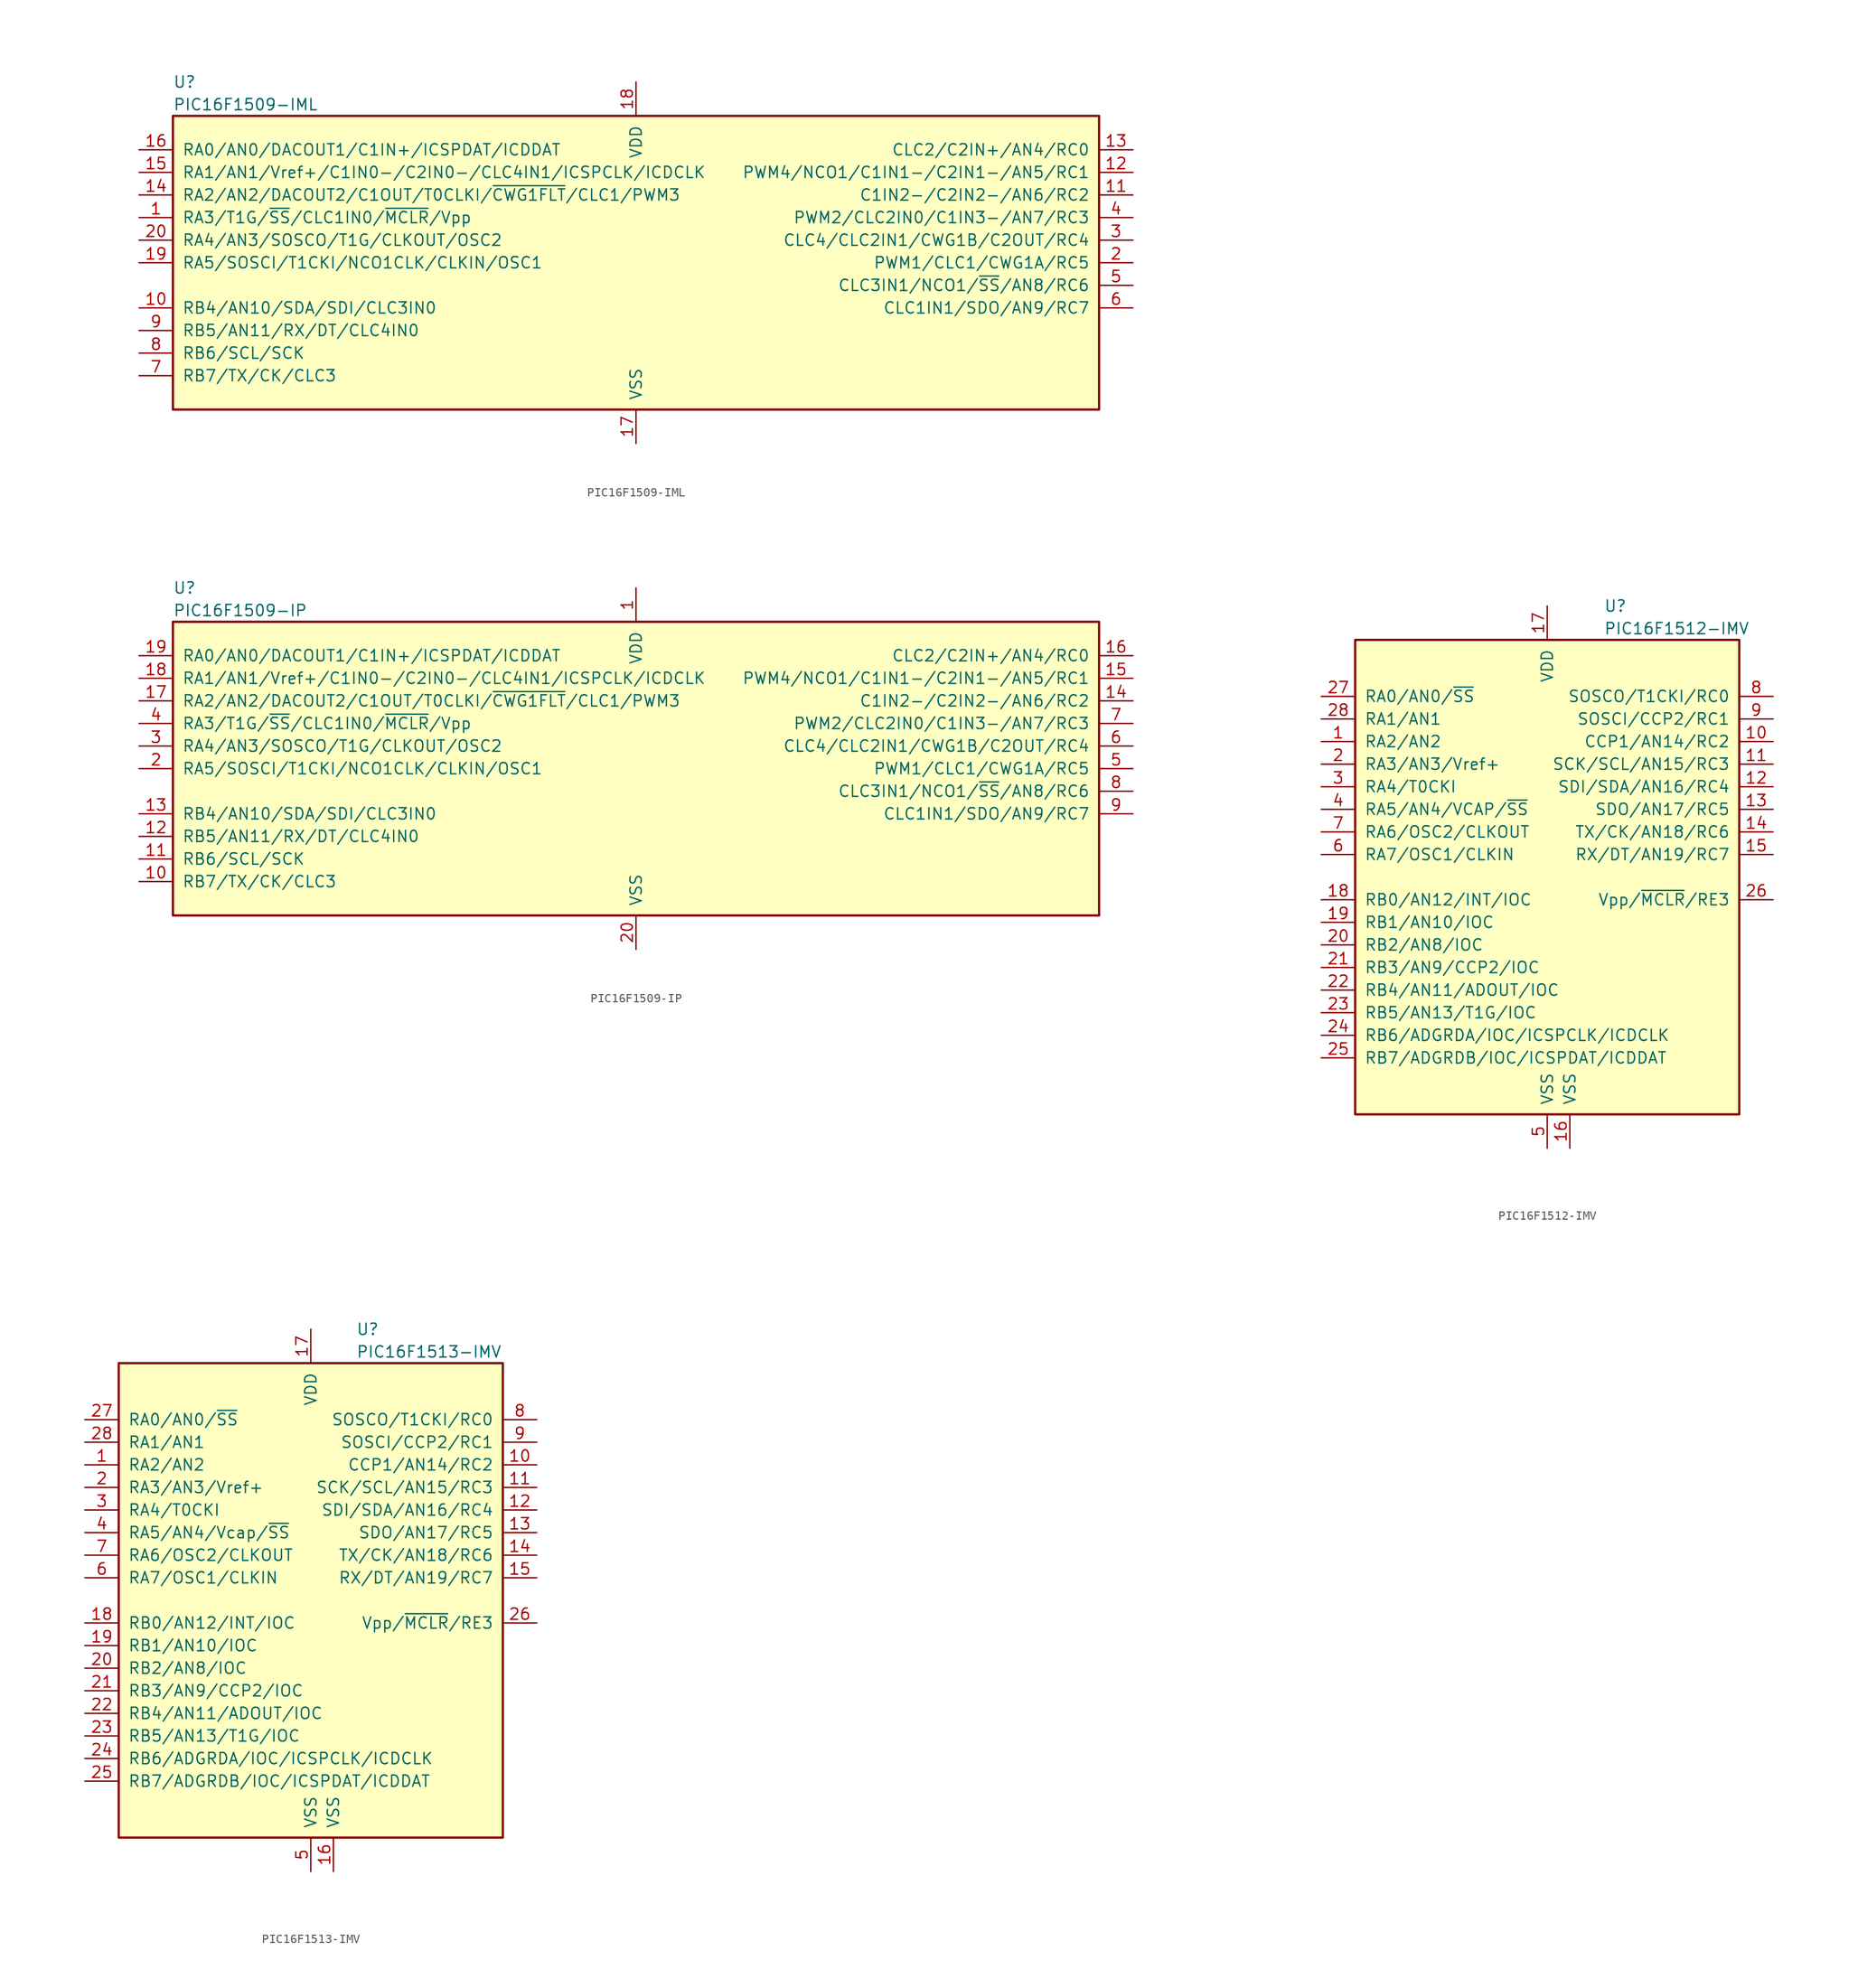
<source format=kicad_sym>
(kicad_symbol_lib
  (version 20241209)
  (generator "kicad_symbol_editor")
  (generator_version "9.0")
  (symbol "PIC16F1509-IML"
    (pin_names
      (offset 1.016))
    (property "Reference" "U"
      (at -52.07 20.32 0)
      (effects (font (size 1.27 1.27)) (justify left)))
    (property "Value" "PIC16F1509-IML"
      (at -52.07 17.78 0)
      (effects (font (size 1.27 1.27)) (justify left)))
    (symbol "PIC16F1509-IML_0_1"
      (rectangle (start -52.07 16.51) (end 52.07 -16.51) (stroke (width 0.254) (type default)) (fill (type background))))
    (symbol "PIC16F1509-IML_1_1"
      (pin bidirectional line (at -55.88 12.7 0) (length 3.81) (name "RA0/AN0/DACOUT1/C1IN+/ICSPDAT/ICDDAT" (effects (font (size 1.27 1.27)))) (number "16" (effects (font (size 1.27 1.27)))))
      (pin bidirectional line (at -55.88 10.16 0) (length 3.81) (name "RA1/AN1/Vref+/C1IN0-/C2IN0-/CLC4IN1/ICSPCLK/ICDCLK" (effects (font (size 1.27 1.27)))) (number "15" (effects (font (size 1.27 1.27)))))
      (pin bidirectional line (at -55.88 7.62 0) (length 3.81) (name "RA2/AN2/DACOUT2/C1OUT/T0CLKI/~{CWG1FLT}/CLC1/PWM3" (effects (font (size 1.27 1.27)))) (number "14" (effects (font (size 1.27 1.27)))))
      (pin input line (at -55.88 5.08 0) (length 3.81) (name "RA3/T1G/~{SS}/CLC1IN0/~{MCLR}/Vpp" (effects (font (size 1.27 1.27)))) (number "1" (effects (font (size 1.27 1.27)))))
      (pin bidirectional line (at -55.88 2.54 0) (length 3.81) (name "RA4/AN3/SOSCO/T1G/CLKOUT/OSC2" (effects (font (size 1.27 1.27)))) (number "20" (effects (font (size 1.27 1.27)))))
      (pin bidirectional line (at -55.88 0 0) (length 3.81) (name "RA5/SOSCI/T1CKI/NCO1CLK/CLKIN/OSC1" (effects (font (size 1.27 1.27)))) (number "19" (effects (font (size 1.27 1.27)))))
      (pin bidirectional line (at -55.88 -5.08 0) (length 3.81) (name "RB4/AN10/SDA/SDI/CLC3IN0" (effects (font (size 1.27 1.27)))) (number "10" (effects (font (size 1.27 1.27)))))
      (pin bidirectional line (at -55.88 -7.62 0) (length 3.81) (name "RB5/AN11/RX/DT/CLC4IN0" (effects (font (size 1.27 1.27)))) (number "9" (effects (font (size 1.27 1.27)))))
      (pin bidirectional line (at -55.88 -10.16 0) (length 3.81) (name "RB6/SCL/SCK" (effects (font (size 1.27 1.27)))) (number "8" (effects (font (size 1.27 1.27)))))
      (pin bidirectional line (at -55.88 -12.7 0) (length 3.81) (name "RB7/TX/CK/CLC3" (effects (font (size 1.27 1.27)))) (number "7" (effects (font (size 1.27 1.27)))))
      (pin power_in line (at 0 20.32 270) (length 3.81) (name "VDD" (effects (font (size 1.27 1.27)))) (number "18" (effects (font (size 1.27 1.27)))))
      (pin power_in line (at 0 -20.32 90) (length 3.81) (name "VSS" (effects (font (size 1.27 1.27)))) (number "17" (effects (font (size 1.27 1.27)))))
      (pin bidirectional line (at 55.88 12.7 180) (length 3.81) (name "CLC2/C2IN+/AN4/RC0" (effects (font (size 1.27 1.27)))) (number "13" (effects (font (size 1.27 1.27)))))
      (pin bidirectional line (at 55.88 10.16 180) (length 3.81) (name "PWM4/NCO1/C1IN1-/C2IN1-/AN5/RC1" (effects (font (size 1.27 1.27)))) (number "12" (effects (font (size 1.27 1.27)))))
      (pin bidirectional line (at 55.88 7.62 180) (length 3.81) (name "C1IN2-/C2IN2-/AN6/RC2" (effects (font (size 1.27 1.27)))) (number "11" (effects (font (size 1.27 1.27)))))
      (pin bidirectional line (at 55.88 5.08 180) (length 3.81) (name "PWM2/CLC2IN0/C1IN3-/AN7/RC3" (effects (font (size 1.27 1.27)))) (number "4" (effects (font (size 1.27 1.27)))))
      (pin bidirectional line (at 55.88 2.54 180) (length 3.81) (name "CLC4/CLC2IN1/CWG1B/C2OUT/RC4" (effects (font (size 1.27 1.27)))) (number "3" (effects (font (size 1.27 1.27)))))
      (pin bidirectional line (at 55.88 0 180) (length 3.81) (name "PWM1/CLC1/CWG1A/RC5" (effects (font (size 1.27 1.27)))) (number "2" (effects (font (size 1.27 1.27)))))
      (pin bidirectional line (at 55.88 -2.54 180) (length 3.81) (name "CLC3IN1/NCO1/~{SS}/AN8/RC6" (effects (font (size 1.27 1.27)))) (number "5" (effects (font (size 1.27 1.27)))))
      (pin bidirectional line (at 55.88 -5.08 180) (length 3.81) (name "CLC1IN1/SDO/AN9/RC7" (effects (font (size 1.27 1.27)))) (number "6" (effects (font (size 1.27 1.27)))))))
  (symbol "PIC16F1509-IP"
    (pin_names
      (offset 1.016))
    (property "Reference" "U"
      (at -52.07 20.32 0)
      (effects (font (size 1.27 1.27)) (justify left)))
    (property "Value" "PIC16F1509-IP"
      (at -52.07 17.78 0)
      (effects (font (size 1.27 1.27)) (justify left)))
    (symbol "PIC16F1509-IP_0_1"
      (rectangle (start -52.07 16.51) (end 52.07 -16.51) (stroke (width 0.254) (type default)) (fill (type background))))
    (symbol "PIC16F1509-IP_1_1"
      (pin bidirectional line (at -55.88 12.7 0) (length 3.81) (name "RA0/AN0/DACOUT1/C1IN+/ICSPDAT/ICDDAT" (effects (font (size 1.27 1.27)))) (number "19" (effects (font (size 1.27 1.27)))))
      (pin bidirectional line (at -55.88 10.16 0) (length 3.81) (name "RA1/AN1/Vref+/C1IN0-/C2IN0-/CLC4IN1/ICSPCLK/ICDCLK" (effects (font (size 1.27 1.27)))) (number "18" (effects (font (size 1.27 1.27)))))
      (pin bidirectional line (at -55.88 7.62 0) (length 3.81) (name "RA2/AN2/DACOUT2/C1OUT/T0CLKI/~{CWG1FLT}/CLC1/PWM3" (effects (font (size 1.27 1.27)))) (number "17" (effects (font (size 1.27 1.27)))))
      (pin input line (at -55.88 5.08 0) (length 3.81) (name "RA3/T1G/~{SS}/CLC1IN0/~{MCLR}/Vpp" (effects (font (size 1.27 1.27)))) (number "4" (effects (font (size 1.27 1.27)))))
      (pin bidirectional line (at -55.88 2.54 0) (length 3.81) (name "RA4/AN3/SOSCO/T1G/CLKOUT/OSC2" (effects (font (size 1.27 1.27)))) (number "3" (effects (font (size 1.27 1.27)))))
      (pin bidirectional line (at -55.88 0 0) (length 3.81) (name "RA5/SOSCI/T1CKI/NCO1CLK/CLKIN/OSC1" (effects (font (size 1.27 1.27)))) (number "2" (effects (font (size 1.27 1.27)))))
      (pin bidirectional line (at -55.88 -5.08 0) (length 3.81) (name "RB4/AN10/SDA/SDI/CLC3IN0" (effects (font (size 1.27 1.27)))) (number "13" (effects (font (size 1.27 1.27)))))
      (pin bidirectional line (at -55.88 -7.62 0) (length 3.81) (name "RB5/AN11/RX/DT/CLC4IN0" (effects (font (size 1.27 1.27)))) (number "12" (effects (font (size 1.27 1.27)))))
      (pin bidirectional line (at -55.88 -10.16 0) (length 3.81) (name "RB6/SCL/SCK" (effects (font (size 1.27 1.27)))) (number "11" (effects (font (size 1.27 1.27)))))
      (pin bidirectional line (at -55.88 -12.7 0) (length 3.81) (name "RB7/TX/CK/CLC3" (effects (font (size 1.27 1.27)))) (number "10" (effects (font (size 1.27 1.27)))))
      (pin power_in line (at 0 20.32 270) (length 3.81) (name "VDD" (effects (font (size 1.27 1.27)))) (number "1" (effects (font (size 1.27 1.27)))))
      (pin power_in line (at 0 -20.32 90) (length 3.81) (name "VSS" (effects (font (size 1.27 1.27)))) (number "20" (effects (font (size 1.27 1.27)))))
      (pin bidirectional line (at 55.88 12.7 180) (length 3.81) (name "CLC2/C2IN+/AN4/RC0" (effects (font (size 1.27 1.27)))) (number "16" (effects (font (size 1.27 1.27)))))
      (pin bidirectional line (at 55.88 10.16 180) (length 3.81) (name "PWM4/NCO1/C1IN1-/C2IN1-/AN5/RC1" (effects (font (size 1.27 1.27)))) (number "15" (effects (font (size 1.27 1.27)))))
      (pin bidirectional line (at 55.88 7.62 180) (length 3.81) (name "C1IN2-/C2IN2-/AN6/RC2" (effects (font (size 1.27 1.27)))) (number "14" (effects (font (size 1.27 1.27)))))
      (pin bidirectional line (at 55.88 5.08 180) (length 3.81) (name "PWM2/CLC2IN0/C1IN3-/AN7/RC3" (effects (font (size 1.27 1.27)))) (number "7" (effects (font (size 1.27 1.27)))))
      (pin bidirectional line (at 55.88 2.54 180) (length 3.81) (name "CLC4/CLC2IN1/CWG1B/C2OUT/RC4" (effects (font (size 1.27 1.27)))) (number "6" (effects (font (size 1.27 1.27)))))
      (pin bidirectional line (at 55.88 0 180) (length 3.81) (name "PWM1/CLC1/CWG1A/RC5" (effects (font (size 1.27 1.27)))) (number "5" (effects (font (size 1.27 1.27)))))
      (pin bidirectional line (at 55.88 -2.54 180) (length 3.81) (name "CLC3IN1/NCO1/~{SS}/AN8/RC6" (effects (font (size 1.27 1.27)))) (number "8" (effects (font (size 1.27 1.27)))))
      (pin bidirectional line (at 55.88 -5.08 180) (length 3.81) (name "CLC1IN1/SDO/AN9/RC7" (effects (font (size 1.27 1.27)))) (number "9" (effects (font (size 1.27 1.27)))))))
  (symbol "PIC16F1512-IMV"
    (pin_names
      (offset 1.016))
    (property "Reference" "U"
      (at 6.35 30.48 0)
      (effects (font (size 1.27 1.27)) (justify left)))
    (property "Value" "PIC16F1512-IMV"
      (at 6.35 27.94 0)
      (effects (font (size 1.27 1.27)) (justify left)))
    (symbol "PIC16F1512-IMV_0_1"
      (rectangle (start -21.59 26.67) (end 21.59 -26.67) (stroke (width 0.254) (type default)) (fill (type background))))
    (symbol "PIC16F1512-IMV_1_1"
      (pin bidirectional line (at -25.4 20.32 0) (length 3.81) (name "RA0/AN0/~{SS}" (effects (font (size 1.27 1.27)))) (number "27" (effects (font (size 1.27 1.27)))))
      (pin bidirectional line (at -25.4 17.78 0) (length 3.81) (name "RA1/AN1" (effects (font (size 1.27 1.27)))) (number "28" (effects (font (size 1.27 1.27)))))
      (pin bidirectional line (at -25.4 15.24 0) (length 3.81) (name "RA2/AN2" (effects (font (size 1.27 1.27)))) (number "1" (effects (font (size 1.27 1.27)))))
      (pin bidirectional line (at -25.4 12.7 0) (length 3.81) (name "RA3/AN3/Vref+" (effects (font (size 1.27 1.27)))) (number "2" (effects (font (size 1.27 1.27)))))
      (pin bidirectional line (at -25.4 10.16 0) (length 3.81) (name "RA4/T0CKI" (effects (font (size 1.27 1.27)))) (number "3" (effects (font (size 1.27 1.27)))))
      (pin bidirectional line (at -25.4 7.62 0) (length 3.81) (name "RA5/AN4/VCAP/~{SS}" (effects (font (size 1.27 1.27)))) (number "4" (effects (font (size 1.27 1.27)))))
      (pin bidirectional line (at -25.4 5.08 0) (length 3.81) (name "RA6/OSC2/CLKOUT" (effects (font (size 1.27 1.27)))) (number "7" (effects (font (size 1.27 1.27)))))
      (pin bidirectional line (at -25.4 2.54 0) (length 3.81) (name "RA7/OSC1/CLKIN" (effects (font (size 1.27 1.27)))) (number "6" (effects (font (size 1.27 1.27)))))
      (pin bidirectional line (at -25.4 -2.54 0) (length 3.81) (name "RB0/AN12/INT/IOC" (effects (font (size 1.27 1.27)))) (number "18" (effects (font (size 1.27 1.27)))))
      (pin bidirectional line (at -25.4 -5.08 0) (length 3.81) (name "RB1/AN10/IOC" (effects (font (size 1.27 1.27)))) (number "19" (effects (font (size 1.27 1.27)))))
      (pin bidirectional line (at -25.4 -7.62 0) (length 3.81) (name "RB2/AN8/IOC" (effects (font (size 1.27 1.27)))) (number "20" (effects (font (size 1.27 1.27)))))
      (pin bidirectional line (at -25.4 -10.16 0) (length 3.81) (name "RB3/AN9/CCP2/IOC" (effects (font (size 1.27 1.27)))) (number "21" (effects (font (size 1.27 1.27)))))
      (pin bidirectional line (at -25.4 -12.7 0) (length 3.81) (name "RB4/AN11/ADOUT/IOC" (effects (font (size 1.27 1.27)))) (number "22" (effects (font (size 1.27 1.27)))))
      (pin bidirectional line (at -25.4 -15.24 0) (length 3.81) (name "RB5/AN13/T1G/IOC" (effects (font (size 1.27 1.27)))) (number "23" (effects (font (size 1.27 1.27)))))
      (pin bidirectional line (at -25.4 -17.78 0) (length 3.81) (name "RB6/ADGRDA/IOC/ICSPCLK/ICDCLK" (effects (font (size 1.27 1.27)))) (number "24" (effects (font (size 1.27 1.27)))))
      (pin bidirectional line (at -25.4 -20.32 0) (length 3.81) (name "RB7/ADGRDB/IOC/ICSPDAT/ICDDAT" (effects (font (size 1.27 1.27)))) (number "25" (effects (font (size 1.27 1.27)))))
      (pin power_in line (at 0 30.48 270) (length 3.81) (name "VDD" (effects (font (size 1.27 1.27)))) (number "17" (effects (font (size 1.27 1.27)))))
      (pin power_in line (at 0 -30.48 90) (length 3.81) (name "VSS" (effects (font (size 1.27 1.27)))) (number "5" (effects (font (size 1.27 1.27)))))
      (pin power_in line (at 2.54 -30.48 90) (length 3.81) (name "VSS" (effects (font (size 1.27 1.27)))) (number "16" (effects (font (size 1.27 1.27)))))
      (pin bidirectional line (at 25.4 20.32 180) (length 3.81) (name "SOSCO/T1CKI/RC0" (effects (font (size 1.27 1.27)))) (number "8" (effects (font (size 1.27 1.27)))))
      (pin bidirectional line (at 25.4 17.78 180) (length 3.81) (name "SOSCI/CCP2/RC1" (effects (font (size 1.27 1.27)))) (number "9" (effects (font (size 1.27 1.27)))))
      (pin bidirectional line (at 25.4 15.24 180) (length 3.81) (name "CCP1/AN14/RC2" (effects (font (size 1.27 1.27)))) (number "10" (effects (font (size 1.27 1.27)))))
      (pin bidirectional line (at 25.4 12.7 180) (length 3.81) (name "SCK/SCL/AN15/RC3" (effects (font (size 1.27 1.27)))) (number "11" (effects (font (size 1.27 1.27)))))
      (pin bidirectional line (at 25.4 10.16 180) (length 3.81) (name "SDI/SDA/AN16/RC4" (effects (font (size 1.27 1.27)))) (number "12" (effects (font (size 1.27 1.27)))))
      (pin bidirectional line (at 25.4 7.62 180) (length 3.81) (name "SDO/AN17/RC5" (effects (font (size 1.27 1.27)))) (number "13" (effects (font (size 1.27 1.27)))))
      (pin bidirectional line (at 25.4 5.08 180) (length 3.81) (name "TX/CK/AN18/RC6" (effects (font (size 1.27 1.27)))) (number "14" (effects (font (size 1.27 1.27)))))
      (pin bidirectional line (at 25.4 2.54 180) (length 3.81) (name "RX/DT/AN19/RC7" (effects (font (size 1.27 1.27)))) (number "15" (effects (font (size 1.27 1.27)))))
      (pin input line (at 25.4 -2.54 180) (length 3.81) (name "Vpp/~{MCLR}/RE3" (effects (font (size 1.27 1.27)))) (number "26" (effects (font (size 1.27 1.27)))))))
  (symbol "PIC16F1513-IMV"
    (pin_names
      (offset 1.016))
    (property "Reference" "U"
      (at 5.08 30.48 0)
      (effects (font (size 1.27 1.27)) (justify left)))
    (property "Value" "PIC16F1513-IMV"
      (at 5.08 27.94 0)
      (effects (font (size 1.27 1.27)) (justify left)))
    (symbol "PIC16F1513-IMV_0_1"
      (rectangle (start -21.59 26.67) (end 21.59 -26.67) (stroke (width 0.254) (type default)) (fill (type background))))
    (symbol "PIC16F1513-IMV_1_1"
      (pin bidirectional line (at -25.4 20.32 0) (length 3.81) (name "RA0/AN0/~{SS}" (effects (font (size 1.27 1.27)))) (number "27" (effects (font (size 1.27 1.27)))))
      (pin bidirectional line (at -25.4 17.78 0) (length 3.81) (name "RA1/AN1" (effects (font (size 1.27 1.27)))) (number "28" (effects (font (size 1.27 1.27)))))
      (pin bidirectional line (at -25.4 15.24 0) (length 3.81) (name "RA2/AN2" (effects (font (size 1.27 1.27)))) (number "1" (effects (font (size 1.27 1.27)))))
      (pin bidirectional line (at -25.4 12.7 0) (length 3.81) (name "RA3/AN3/Vref+" (effects (font (size 1.27 1.27)))) (number "2" (effects (font (size 1.27 1.27)))))
      (pin bidirectional line (at -25.4 10.16 0) (length 3.81) (name "RA4/T0CKI" (effects (font (size 1.27 1.27)))) (number "3" (effects (font (size 1.27 1.27)))))
      (pin bidirectional line (at -25.4 7.62 0) (length 3.81) (name "RA5/AN4/Vcap/~{SS}" (effects (font (size 1.27 1.27)))) (number "4" (effects (font (size 1.27 1.27)))))
      (pin bidirectional line (at -25.4 5.08 0) (length 3.81) (name "RA6/OSC2/CLKOUT" (effects (font (size 1.27 1.27)))) (number "7" (effects (font (size 1.27 1.27)))))
      (pin bidirectional line (at -25.4 2.54 0) (length 3.81) (name "RA7/OSC1/CLKIN" (effects (font (size 1.27 1.27)))) (number "6" (effects (font (size 1.27 1.27)))))
      (pin bidirectional line (at -25.4 -2.54 0) (length 3.81) (name "RB0/AN12/INT/IOC" (effects (font (size 1.27 1.27)))) (number "18" (effects (font (size 1.27 1.27)))))
      (pin bidirectional line (at -25.4 -5.08 0) (length 3.81) (name "RB1/AN10/IOC" (effects (font (size 1.27 1.27)))) (number "19" (effects (font (size 1.27 1.27)))))
      (pin bidirectional line (at -25.4 -7.62 0) (length 3.81) (name "RB2/AN8/IOC" (effects (font (size 1.27 1.27)))) (number "20" (effects (font (size 1.27 1.27)))))
      (pin bidirectional line (at -25.4 -10.16 0) (length 3.81) (name "RB3/AN9/CCP2/IOC" (effects (font (size 1.27 1.27)))) (number "21" (effects (font (size 1.27 1.27)))))
      (pin bidirectional line (at -25.4 -12.7 0) (length 3.81) (name "RB4/AN11/ADOUT/IOC" (effects (font (size 1.27 1.27)))) (number "22" (effects (font (size 1.27 1.27)))))
      (pin bidirectional line (at -25.4 -15.24 0) (length 3.81) (name "RB5/AN13/T1G/IOC" (effects (font (size 1.27 1.27)))) (number "23" (effects (font (size 1.27 1.27)))))
      (pin bidirectional line (at -25.4 -17.78 0) (length 3.81) (name "RB6/ADGRDA/IOC/ICSPCLK/ICDCLK" (effects (font (size 1.27 1.27)))) (number "24" (effects (font (size 1.27 1.27)))))
      (pin bidirectional line (at -25.4 -20.32 0) (length 3.81) (name "RB7/ADGRDB/IOC/ICSPDAT/ICDDAT" (effects (font (size 1.27 1.27)))) (number "25" (effects (font (size 1.27 1.27)))))
      (pin power_in line (at 0 30.48 270) (length 3.81) (name "VDD" (effects (font (size 1.27 1.27)))) (number "17" (effects (font (size 1.27 1.27)))))
      (pin power_in line (at 0 -30.48 90) (length 3.81) (name "VSS" (effects (font (size 1.27 1.27)))) (number "5" (effects (font (size 1.27 1.27)))))
      (pin power_in line (at 2.54 -30.48 90) (length 3.81) (name "VSS" (effects (font (size 1.27 1.27)))) (number "16" (effects (font (size 1.27 1.27)))))
      (pin bidirectional line (at 25.4 20.32 180) (length 3.81) (name "SOSCO/T1CKI/RC0" (effects (font (size 1.27 1.27)))) (number "8" (effects (font (size 1.27 1.27)))))
      (pin bidirectional line (at 25.4 17.78 180) (length 3.81) (name "SOSCI/CCP2/RC1" (effects (font (size 1.27 1.27)))) (number "9" (effects (font (size 1.27 1.27)))))
      (pin bidirectional line (at 25.4 15.24 180) (length 3.81) (name "CCP1/AN14/RC2" (effects (font (size 1.27 1.27)))) (number "10" (effects (font (size 1.27 1.27)))))
      (pin bidirectional line (at 25.4 12.7 180) (length 3.81) (name "SCK/SCL/AN15/RC3" (effects (font (size 1.27 1.27)))) (number "11" (effects (font (size 1.27 1.27)))))
      (pin bidirectional line (at 25.4 10.16 180) (length 3.81) (name "SDI/SDA/AN16/RC4" (effects (font (size 1.27 1.27)))) (number "12" (effects (font (size 1.27 1.27)))))
      (pin bidirectional line (at 25.4 7.62 180) (length 3.81) (name "SDO/AN17/RC5" (effects (font (size 1.27 1.27)))) (number "13" (effects (font (size 1.27 1.27)))))
      (pin bidirectional line (at 25.4 5.08 180) (length 3.81) (name "TX/CK/AN18/RC6" (effects (font (size 1.27 1.27)))) (number "14" (effects (font (size 1.27 1.27)))))
      (pin bidirectional line (at 25.4 2.54 180) (length 3.81) (name "RX/DT/AN19/RC7" (effects (font (size 1.27 1.27)))) (number "15" (effects (font (size 1.27 1.27)))))
      (pin input line (at 25.4 -2.54 180) (length 3.81) (name "Vpp/~{MCLR}/RE3" (effects (font (size 1.27 1.27)))) (number "26" (effects (font (size 1.27 1.27))))))))
</source>
